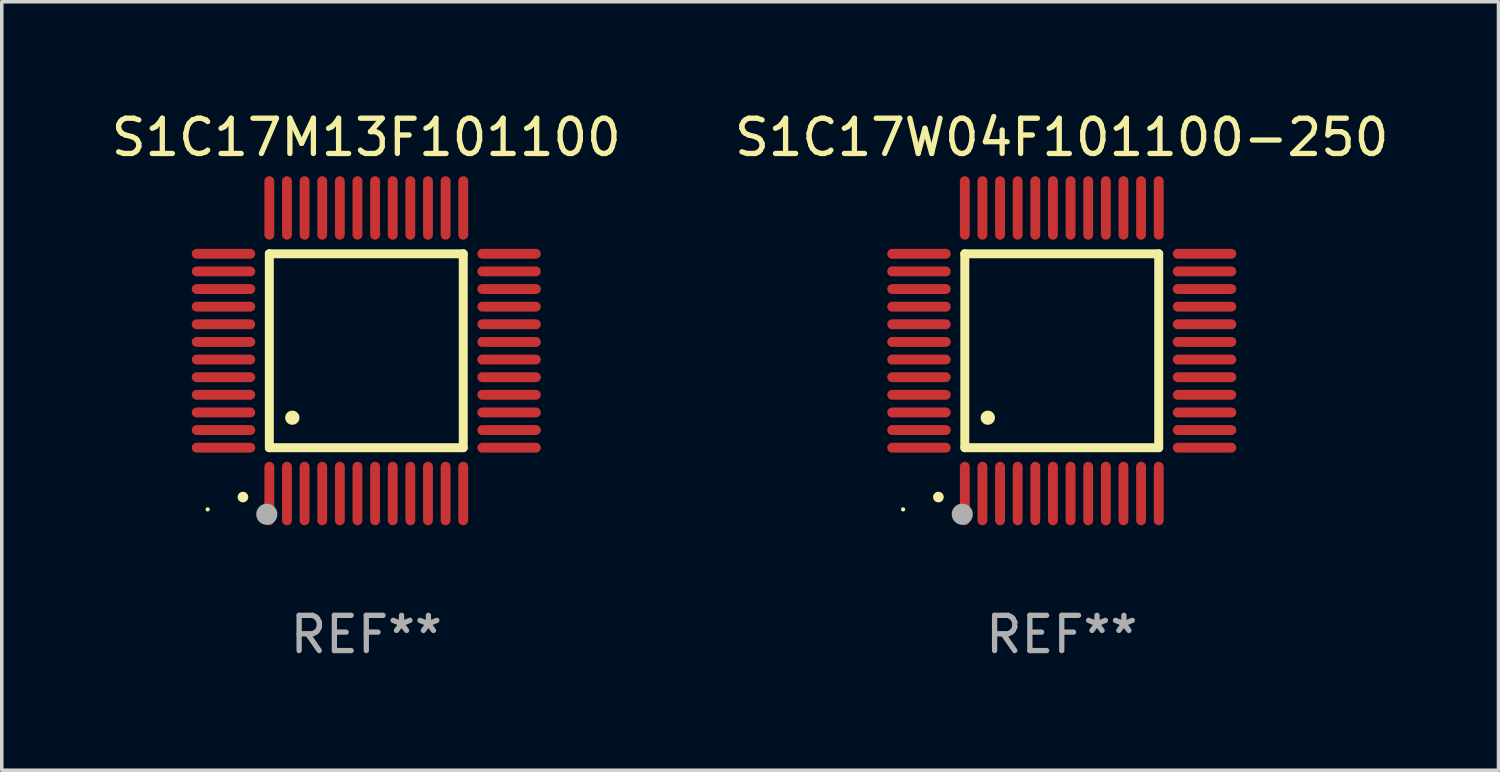
<source format=kicad_pcb>
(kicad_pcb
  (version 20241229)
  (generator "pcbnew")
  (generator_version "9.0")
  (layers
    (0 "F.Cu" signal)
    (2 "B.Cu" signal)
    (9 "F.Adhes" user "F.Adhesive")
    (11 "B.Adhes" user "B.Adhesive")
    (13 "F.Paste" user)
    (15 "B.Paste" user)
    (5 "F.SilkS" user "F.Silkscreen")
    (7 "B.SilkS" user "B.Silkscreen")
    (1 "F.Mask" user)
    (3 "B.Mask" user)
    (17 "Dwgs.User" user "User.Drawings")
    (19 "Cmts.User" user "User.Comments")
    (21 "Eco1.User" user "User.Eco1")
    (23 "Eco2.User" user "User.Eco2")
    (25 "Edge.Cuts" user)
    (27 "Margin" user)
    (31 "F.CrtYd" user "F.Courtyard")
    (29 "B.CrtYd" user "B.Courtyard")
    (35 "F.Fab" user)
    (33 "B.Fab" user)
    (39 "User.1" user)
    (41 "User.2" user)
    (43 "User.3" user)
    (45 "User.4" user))
  (footprint "S1C17W04F101100-250"
    (layer "F.Cu")
    (at 27.065 6.898)
    (property "Reference" "S1C17W04F101100-250" (at 0 -6.05 0) (layer "F.SilkS") (effects (font (size 1 1) (thickness 0.15))))
    (attr through_hole)
    (fp_line (start -2.75 -2.75) (end 2.75 -2.75) (stroke (width 0.254) (type solid)) (layer "F.SilkS"))
    (fp_line (start -2.75 2.75) (end -2.75 -2.75) (stroke (width 0.254) (type solid)) (layer "F.SilkS"))
    (fp_line (start 2.75 -2.75) (end 2.75 2.75) (stroke (width 0.254) (type solid)) (layer "F.SilkS"))
    (fp_line (start 2.75 2.75) (end -2.75 2.75) (stroke (width 0.254) (type solid)) (layer "F.SilkS"))
    (fp_arc (start -3.500127 4.150368) (mid -3.498857 4.150363) (end -3.497587 4.150368) (stroke (width 0.3) (type solid)) (layer "F.SilkS"))
    (fp_arc (start -2.100584 1.899924) (mid -2.098044 1.899908) (end -2.095504 1.899924) (stroke (width 0.4) (type solid)) (layer "F.SilkS"))
    (fp_circle (center -4.5 4.5) (end -4.47 4.5) (stroke (width 0.06) (type solid)) (fill no) (layer "F.SilkS"))
    (fp_circle (center -2.822 4.638) (end -2.672 4.638) (stroke (width 0.3) (type solid)) (fill no) (layer "F.Fab"))
    (fp_text user "REF**" (at 0 8.05 0) (layer "F.Fab") (effects (font (size 1 1) (thickness 0.15))))
    (pad "1" smd oval (at -2.75 4.05) (size 0.28 1.8) (layers "F.Cu" "F.Mask" "F.Paste"))
    (pad "2" smd oval (at -2.25 4.05) (size 0.28 1.8) (layers "F.Cu" "F.Mask" "F.Paste"))
    (pad "3" smd oval (at -1.75 4.05) (size 0.28 1.8) (layers "F.Cu" "F.Mask" "F.Paste"))
    (pad "4" smd oval (at -1.25 4.05) (size 0.28 1.8) (layers "F.Cu" "F.Mask" "F.Paste"))
    (pad "5" smd oval (at -0.75 4.05) (size 0.28 1.8) (layers "F.Cu" "F.Mask" "F.Paste"))
    (pad "6" smd oval (at -0.25 4.05) (size 0.28 1.8) (layers "F.Cu" "F.Mask" "F.Paste"))
    (pad "7" smd oval (at 0.25 4.05) (size 0.28 1.8) (layers "F.Cu" "F.Mask" "F.Paste"))
    (pad "8" smd oval (at 0.75 4.05) (size 0.28 1.8) (layers "F.Cu" "F.Mask" "F.Paste"))
    (pad "9" smd oval (at 1.25 4.05) (size 0.28 1.8) (layers "F.Cu" "F.Mask" "F.Paste"))
    (pad "10" smd oval (at 1.75 4.05) (size 0.28 1.8) (layers "F.Cu" "F.Mask" "F.Paste"))
    (pad "11" smd oval (at 2.25 4.05) (size 0.28 1.8) (layers "F.Cu" "F.Mask" "F.Paste"))
    (pad "12" smd oval (at 2.75 4.05) (size 0.28 1.8) (layers "F.Cu" "F.Mask" "F.Paste"))
    (pad "13" smd oval (at 4.05 2.75) (size 1.8 0.28) (layers "F.Cu" "F.Mask" "F.Paste"))
    (pad "14" smd oval (at 4.05 2.25) (size 1.8 0.28) (layers "F.Cu" "F.Mask" "F.Paste"))
    (pad "15" smd oval (at 4.05 1.75) (size 1.8 0.28) (layers "F.Cu" "F.Mask" "F.Paste"))
    (pad "16" smd oval (at 4.05 1.25) (size 1.8 0.28) (layers "F.Cu" "F.Mask" "F.Paste"))
    (pad "17" smd oval (at 4.05 0.75) (size 1.8 0.28) (layers "F.Cu" "F.Mask" "F.Paste"))
    (pad "18" smd oval (at 4.05 0.25) (size 1.8 0.28) (layers "F.Cu" "F.Mask" "F.Paste"))
    (pad "19" smd oval (at 4.05 -0.25) (size 1.8 0.28) (layers "F.Cu" "F.Mask" "F.Paste"))
    (pad "20" smd oval (at 4.05 -0.75) (size 1.8 0.28) (layers "F.Cu" "F.Mask" "F.Paste"))
    (pad "21" smd oval (at 4.05 -1.25) (size 1.8 0.28) (layers "F.Cu" "F.Mask" "F.Paste"))
    (pad "22" smd oval (at 4.05 -1.75) (size 1.8 0.28) (layers "F.Cu" "F.Mask" "F.Paste"))
    (pad "23" smd oval (at 4.05 -2.25) (size 1.8 0.28) (layers "F.Cu" "F.Mask" "F.Paste"))
    (pad "24" smd oval (at 4.05 -2.75) (size 1.8 0.28) (layers "F.Cu" "F.Mask" "F.Paste"))
    (pad "25" smd oval (at 2.75 -4.05) (size 0.28 1.8) (layers "F.Cu" "F.Mask" "F.Paste"))
    (pad "26" smd oval (at 2.25 -4.05) (size 0.28 1.8) (layers "F.Cu" "F.Mask" "F.Paste"))
    (pad "27" smd oval (at 1.75 -4.05) (size 0.28 1.8) (layers "F.Cu" "F.Mask" "F.Paste"))
    (pad "28" smd oval (at 1.25 -4.05) (size 0.28 1.8) (layers "F.Cu" "F.Mask" "F.Paste"))
    (pad "29" smd oval (at 0.75 -4.05) (size 0.28 1.8) (layers "F.Cu" "F.Mask" "F.Paste"))
    (pad "30" smd oval (at 0.25 -4.05) (size 0.28 1.8) (layers "F.Cu" "F.Mask" "F.Paste"))
    (pad "31" smd oval (at -0.25 -4.05) (size 0.28 1.8) (layers "F.Cu" "F.Mask" "F.Paste"))
    (pad "32" smd oval (at -0.75 -4.05) (size 0.28 1.8) (layers "F.Cu" "F.Mask" "F.Paste"))
    (pad "33" smd oval (at -1.25 -4.05) (size 0.28 1.8) (layers "F.Cu" "F.Mask" "F.Paste"))
    (pad "34" smd oval (at -1.75 -4.05) (size 0.28 1.8) (layers "F.Cu" "F.Mask" "F.Paste"))
    (pad "35" smd oval (at -2.25 -4.05) (size 0.28 1.8) (layers "F.Cu" "F.Mask" "F.Paste"))
    (pad "36" smd oval (at -2.75 -4.05) (size 0.28 1.8) (layers "F.Cu" "F.Mask" "F.Paste"))
    (pad "37" smd oval (at -4.05 -2.75) (size 1.8 0.28) (layers "F.Cu" "F.Mask" "F.Paste"))
    (pad "38" smd oval (at -4.05 -2.25) (size 1.8 0.28) (layers "F.Cu" "F.Mask" "F.Paste"))
    (pad "39" smd oval (at -4.05 -1.75) (size 1.8 0.28) (layers "F.Cu" "F.Mask" "F.Paste"))
    (pad "40" smd oval (at -4.05 -1.25) (size 1.8 0.28) (layers "F.Cu" "F.Mask" "F.Paste"))
    (pad "41" smd oval (at -4.05 -0.75) (size 1.8 0.28) (layers "F.Cu" "F.Mask" "F.Paste"))
    (pad "42" smd oval (at -4.05 -0.25) (size 1.8 0.28) (layers "F.Cu" "F.Mask" "F.Paste"))
    (pad "43" smd oval (at -4.05 0.25) (size 1.8 0.28) (layers "F.Cu" "F.Mask" "F.Paste"))
    (pad "44" smd oval (at -4.05 0.75) (size 1.8 0.28) (layers "F.Cu" "F.Mask" "F.Paste"))
    (pad "45" smd oval (at -4.05 1.25) (size 1.8 0.28) (layers "F.Cu" "F.Mask" "F.Paste"))
    (pad "46" smd oval (at -4.05 1.75) (size 1.8 0.28) (layers "F.Cu" "F.Mask" "F.Paste"))
    (pad "47" smd oval (at -4.05 2.25) (size 1.8 0.28) (layers "F.Cu" "F.Mask" "F.Paste"))
    (pad "48" smd oval (at -4.05 2.75) (size 1.8 0.28) (layers "F.Cu" "F.Mask" "F.Paste")))
  (footprint "S1C17M13F101100"
    (layer "F.Cu")
    (at 7.339 6.898)
    (property "Reference" "S1C17M13F101100" (at 0 -6.05 0) (layer "F.SilkS") (effects (font (size 1 1) (thickness 0.15))))
    (attr through_hole)
    (fp_line (start -2.75 -2.75) (end 2.75 -2.75) (stroke (width 0.254) (type solid)) (layer "F.SilkS"))
    (fp_line (start -2.75 2.75) (end -2.75 -2.75) (stroke (width 0.254) (type solid)) (layer "F.SilkS"))
    (fp_line (start 2.75 -2.75) (end 2.75 2.75) (stroke (width 0.254) (type solid)) (layer "F.SilkS"))
    (fp_line (start 2.75 2.75) (end -2.75 2.75) (stroke (width 0.254) (type solid)) (layer "F.SilkS"))
    (fp_arc (start -3.500127 4.150368) (mid -3.498857 4.150363) (end -3.497587 4.150368) (stroke (width 0.3) (type solid)) (layer "F.SilkS"))
    (fp_arc (start -2.100584 1.899924) (mid -2.098044 1.899908) (end -2.095504 1.899924) (stroke (width 0.4) (type solid)) (layer "F.SilkS"))
    (fp_circle (center -4.5 4.5) (end -4.47 4.5) (stroke (width 0.06) (type solid)) (fill no) (layer "F.SilkS"))
    (fp_circle (center -2.822 4.638) (end -2.672 4.638) (stroke (width 0.3) (type solid)) (fill no) (layer "F.Fab"))
    (fp_text user "REF**" (at 0 8.05 0) (layer "F.Fab") (effects (font (size 1 1) (thickness 0.15))))
    (pad "1" smd oval (at -2.75 4.05) (size 0.28 1.8) (layers "F.Cu" "F.Mask" "F.Paste"))
    (pad "2" smd oval (at -2.25 4.05) (size 0.28 1.8) (layers "F.Cu" "F.Mask" "F.Paste"))
    (pad "3" smd oval (at -1.75 4.05) (size 0.28 1.8) (layers "F.Cu" "F.Mask" "F.Paste"))
    (pad "4" smd oval (at -1.25 4.05) (size 0.28 1.8) (layers "F.Cu" "F.Mask" "F.Paste"))
    (pad "5" smd oval (at -0.75 4.05) (size 0.28 1.8) (layers "F.Cu" "F.Mask" "F.Paste"))
    (pad "6" smd oval (at -0.25 4.05) (size 0.28 1.8) (layers "F.Cu" "F.Mask" "F.Paste"))
    (pad "7" smd oval (at 0.25 4.05) (size 0.28 1.8) (layers "F.Cu" "F.Mask" "F.Paste"))
    (pad "8" smd oval (at 0.75 4.05) (size 0.28 1.8) (layers "F.Cu" "F.Mask" "F.Paste"))
    (pad "9" smd oval (at 1.25 4.05) (size 0.28 1.8) (layers "F.Cu" "F.Mask" "F.Paste"))
    (pad "10" smd oval (at 1.75 4.05) (size 0.28 1.8) (layers "F.Cu" "F.Mask" "F.Paste"))
    (pad "11" smd oval (at 2.25 4.05) (size 0.28 1.8) (layers "F.Cu" "F.Mask" "F.Paste"))
    (pad "12" smd oval (at 2.75 4.05) (size 0.28 1.8) (layers "F.Cu" "F.Mask" "F.Paste"))
    (pad "13" smd oval (at 4.05 2.75) (size 1.8 0.28) (layers "F.Cu" "F.Mask" "F.Paste"))
    (pad "14" smd oval (at 4.05 2.25) (size 1.8 0.28) (layers "F.Cu" "F.Mask" "F.Paste"))
    (pad "15" smd oval (at 4.05 1.75) (size 1.8 0.28) (layers "F.Cu" "F.Mask" "F.Paste"))
    (pad "16" smd oval (at 4.05 1.25) (size 1.8 0.28) (layers "F.Cu" "F.Mask" "F.Paste"))
    (pad "17" smd oval (at 4.05 0.75) (size 1.8 0.28) (layers "F.Cu" "F.Mask" "F.Paste"))
    (pad "18" smd oval (at 4.05 0.25) (size 1.8 0.28) (layers "F.Cu" "F.Mask" "F.Paste"))
    (pad "19" smd oval (at 4.05 -0.25) (size 1.8 0.28) (layers "F.Cu" "F.Mask" "F.Paste"))
    (pad "20" smd oval (at 4.05 -0.75) (size 1.8 0.28) (layers "F.Cu" "F.Mask" "F.Paste"))
    (pad "21" smd oval (at 4.05 -1.25) (size 1.8 0.28) (layers "F.Cu" "F.Mask" "F.Paste"))
    (pad "22" smd oval (at 4.05 -1.75) (size 1.8 0.28) (layers "F.Cu" "F.Mask" "F.Paste"))
    (pad "23" smd oval (at 4.05 -2.25) (size 1.8 0.28) (layers "F.Cu" "F.Mask" "F.Paste"))
    (pad "24" smd oval (at 4.05 -2.75) (size 1.8 0.28) (layers "F.Cu" "F.Mask" "F.Paste"))
    (pad "25" smd oval (at 2.75 -4.05) (size 0.28 1.8) (layers "F.Cu" "F.Mask" "F.Paste"))
    (pad "26" smd oval (at 2.25 -4.05) (size 0.28 1.8) (layers "F.Cu" "F.Mask" "F.Paste"))
    (pad "27" smd oval (at 1.75 -4.05) (size 0.28 1.8) (layers "F.Cu" "F.Mask" "F.Paste"))
    (pad "28" smd oval (at 1.25 -4.05) (size 0.28 1.8) (layers "F.Cu" "F.Mask" "F.Paste"))
    (pad "29" smd oval (at 0.75 -4.05) (size 0.28 1.8) (layers "F.Cu" "F.Mask" "F.Paste"))
    (pad "30" smd oval (at 0.25 -4.05) (size 0.28 1.8) (layers "F.Cu" "F.Mask" "F.Paste"))
    (pad "31" smd oval (at -0.25 -4.05) (size 0.28 1.8) (layers "F.Cu" "F.Mask" "F.Paste"))
    (pad "32" smd oval (at -0.75 -4.05) (size 0.28 1.8) (layers "F.Cu" "F.Mask" "F.Paste"))
    (pad "33" smd oval (at -1.25 -4.05) (size 0.28 1.8) (layers "F.Cu" "F.Mask" "F.Paste"))
    (pad "34" smd oval (at -1.75 -4.05) (size 0.28 1.8) (layers "F.Cu" "F.Mask" "F.Paste"))
    (pad "35" smd oval (at -2.25 -4.05) (size 0.28 1.8) (layers "F.Cu" "F.Mask" "F.Paste"))
    (pad "36" smd oval (at -2.75 -4.05) (size 0.28 1.8) (layers "F.Cu" "F.Mask" "F.Paste"))
    (pad "37" smd oval (at -4.05 -2.75) (size 1.8 0.28) (layers "F.Cu" "F.Mask" "F.Paste"))
    (pad "38" smd oval (at -4.05 -2.25) (size 1.8 0.28) (layers "F.Cu" "F.Mask" "F.Paste"))
    (pad "39" smd oval (at -4.05 -1.75) (size 1.8 0.28) (layers "F.Cu" "F.Mask" "F.Paste"))
    (pad "40" smd oval (at -4.05 -1.25) (size 1.8 0.28) (layers "F.Cu" "F.Mask" "F.Paste"))
    (pad "41" smd oval (at -4.05 -0.75) (size 1.8 0.28) (layers "F.Cu" "F.Mask" "F.Paste"))
    (pad "42" smd oval (at -4.05 -0.25) (size 1.8 0.28) (layers "F.Cu" "F.Mask" "F.Paste"))
    (pad "43" smd oval (at -4.05 0.25) (size 1.8 0.28) (layers "F.Cu" "F.Mask" "F.Paste"))
    (pad "44" smd oval (at -4.05 0.75) (size 1.8 0.28) (layers "F.Cu" "F.Mask" "F.Paste"))
    (pad "45" smd oval (at -4.05 1.25) (size 1.8 0.28) (layers "F.Cu" "F.Mask" "F.Paste"))
    (pad "46" smd oval (at -4.05 1.75) (size 1.8 0.28) (layers "F.Cu" "F.Mask" "F.Paste"))
    (pad "47" smd oval (at -4.05 2.25) (size 1.8 0.28) (layers "F.Cu" "F.Mask" "F.Paste"))
    (pad "48" smd oval (at -4.05 2.75) (size 1.8 0.28) (layers "F.Cu" "F.Mask" "F.Paste")))
  (gr_rect
    (start -3 -3)
    (end 39.452 18.797)
    (stroke (width 0.1) (type default))
    (fill no)
    (layer "Edge.Cuts")))
</source>
